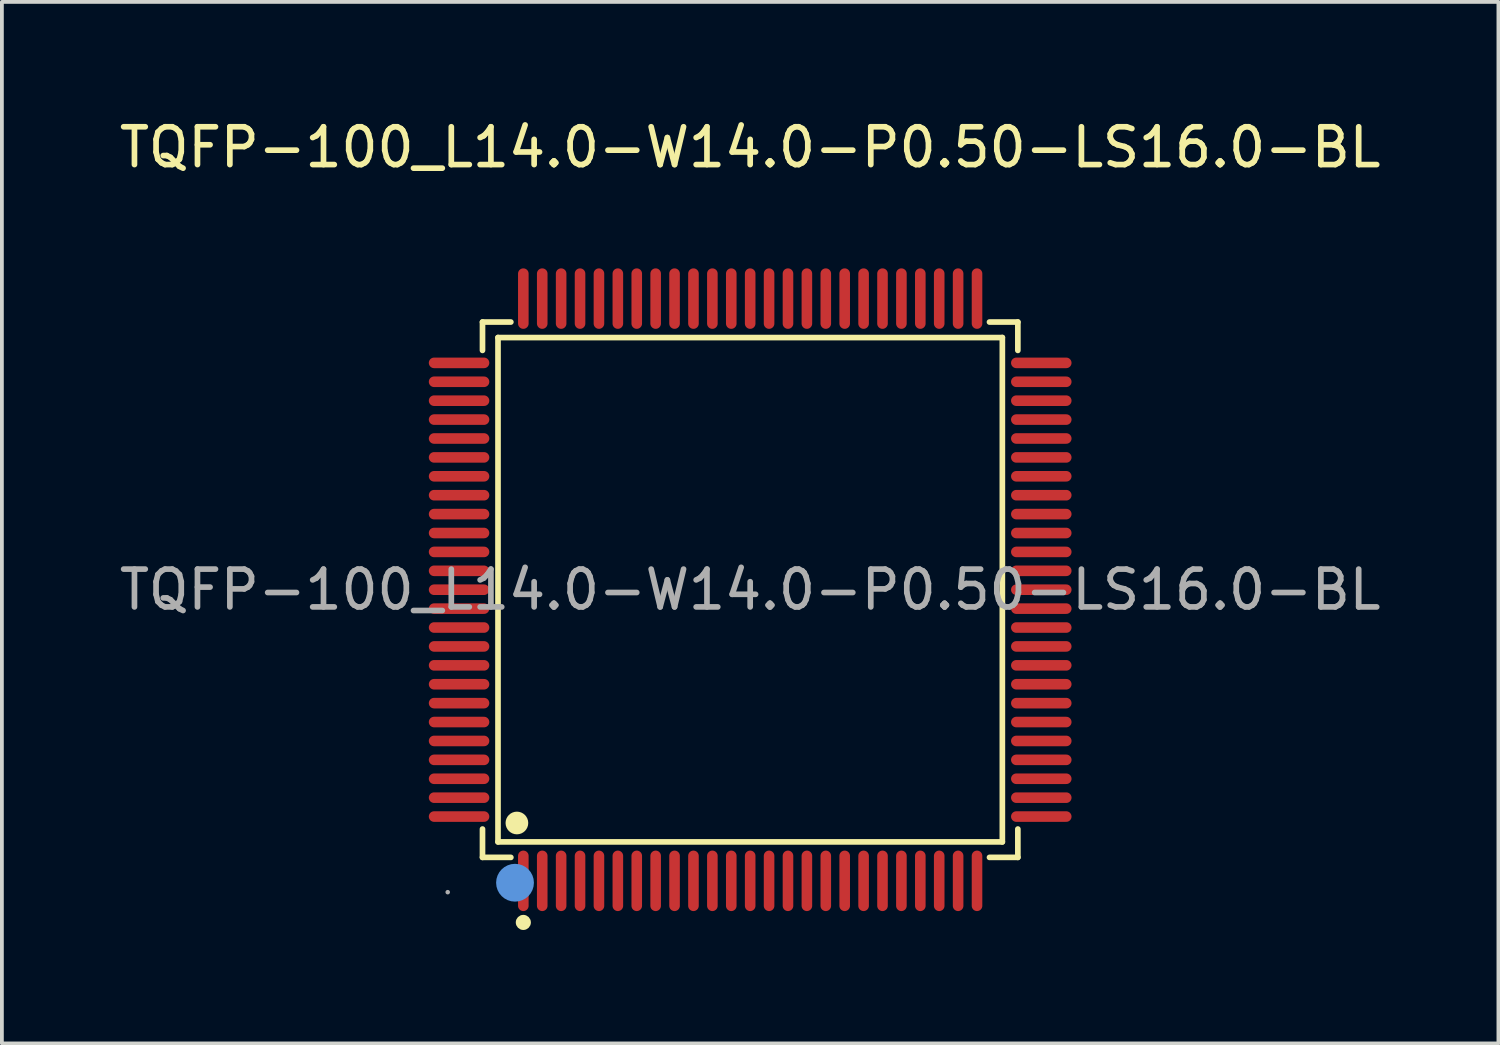
<source format=kicad_pcb>
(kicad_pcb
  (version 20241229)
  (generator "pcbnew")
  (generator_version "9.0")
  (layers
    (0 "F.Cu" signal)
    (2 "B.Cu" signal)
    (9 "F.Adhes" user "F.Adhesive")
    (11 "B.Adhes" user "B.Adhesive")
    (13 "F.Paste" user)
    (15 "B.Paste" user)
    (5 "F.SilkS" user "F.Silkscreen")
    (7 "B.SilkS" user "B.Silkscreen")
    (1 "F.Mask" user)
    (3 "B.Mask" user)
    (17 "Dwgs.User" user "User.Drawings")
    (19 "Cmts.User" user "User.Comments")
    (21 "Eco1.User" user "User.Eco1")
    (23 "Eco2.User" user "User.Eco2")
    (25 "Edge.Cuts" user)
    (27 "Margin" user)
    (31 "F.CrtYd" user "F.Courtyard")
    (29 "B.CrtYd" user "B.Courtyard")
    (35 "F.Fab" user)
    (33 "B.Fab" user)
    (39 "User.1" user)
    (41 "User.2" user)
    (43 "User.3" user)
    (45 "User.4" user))
  (footprint "TQFP-100_L14.0-W14.0-P0.50-LS16.0-BL"
    (layer "F.Cu")
    (at 16.792 12.548)
    (property "Reference" "TQFP-100_L14.0-W14.0-P0.50-LS16.0-BL" (at 0 -11.7 0) (layer "F.SilkS") (effects (font (size 1 1) (thickness 0.15))))
    (attr through_hole)
    (fp_line (start -7.08 -7.08) (end -6.33 -7.08) (stroke (width 0.15) (type solid)) (layer "F.SilkS"))
    (fp_line (start -7.08 -6.33) (end -7.08 -7.08) (stroke (width 0.15) (type solid)) (layer "F.SilkS"))
    (fp_line (start -7.08 6.33) (end -7.08 7.08) (stroke (width 0.15) (type solid)) (layer "F.SilkS"))
    (fp_line (start -7.08 7.08) (end -6.33 7.08) (stroke (width 0.15) (type solid)) (layer "F.SilkS"))
    (fp_line (start -6.67 -6.67) (end 6.67 -6.67) (stroke (width 0.15) (type solid)) (layer "F.SilkS"))
    (fp_line (start -6.67 6.67) (end -6.67 -6.67) (stroke (width 0.15) (type solid)) (layer "F.SilkS"))
    (fp_line (start 6.67 -6.67) (end 6.67 6.67) (stroke (width 0.15) (type solid)) (layer "F.SilkS"))
    (fp_line (start 6.67 6.67) (end -6.67 6.67) (stroke (width 0.15) (type solid)) (layer "F.SilkS"))
    (fp_line (start 7.08 -7.08) (end 6.33 -7.08) (stroke (width 0.15) (type solid)) (layer "F.SilkS"))
    (fp_line (start 7.08 -6.33) (end 7.08 -7.08) (stroke (width 0.15) (type solid)) (layer "F.SilkS"))
    (fp_line (start 7.08 6.33) (end 7.08 7.08) (stroke (width 0.15) (type solid)) (layer "F.SilkS"))
    (fp_line (start 7.08 7.08) (end 6.33 7.08) (stroke (width 0.15) (type solid)) (layer "F.SilkS"))
    (fp_circle (center -6.17 6.17) (end -6.02 6.17) (stroke (width 0.3) (type solid)) (fill no) (layer "F.SilkS"))
    (fp_circle (center -6 8.8) (end -5.9 8.8) (stroke (width 0.2) (type solid)) (fill no) (layer "F.SilkS"))
    (fp_circle (center -6.22 7.75) (end -5.97 7.75) (stroke (width 0.5) (type solid)) (fill no) (layer "Cmts.User"))
    (fp_circle (center -8 8) (end -7.97 8) (stroke (width 0.06) (type solid)) (fill no) (layer "F.Fab"))
    (fp_text user "${REFERENCE}" (at 0 0 0) (layer "F.Fab") (effects (font (size 1 1) (thickness 0.15))))
    (pad "1" smd oval (at -6 7.7) (size 0.28 1.6) (layers "F.Cu" "F.Mask" "F.Paste"))
    (pad "2" smd oval (at -5.5 7.7) (size 0.28 1.6) (layers "F.Cu" "F.Mask" "F.Paste"))
    (pad "3" smd oval (at -5 7.7) (size 0.28 1.6) (layers "F.Cu" "F.Mask" "F.Paste"))
    (pad "4" smd oval (at -4.5 7.7) (size 0.28 1.6) (layers "F.Cu" "F.Mask" "F.Paste"))
    (pad "5" smd oval (at -4 7.7) (size 0.28 1.6) (layers "F.Cu" "F.Mask" "F.Paste"))
    (pad "6" smd oval (at -3.5 7.7) (size 0.28 1.6) (layers "F.Cu" "F.Mask" "F.Paste"))
    (pad "7" smd oval (at -3 7.7) (size 0.28 1.6) (layers "F.Cu" "F.Mask" "F.Paste"))
    (pad "8" smd oval (at -2.5 7.7) (size 0.28 1.6) (layers "F.Cu" "F.Mask" "F.Paste"))
    (pad "9" smd oval (at -2 7.7) (size 0.28 1.6) (layers "F.Cu" "F.Mask" "F.Paste"))
    (pad "10" smd oval (at -1.5 7.7) (size 0.28 1.6) (layers "F.Cu" "F.Mask" "F.Paste"))
    (pad "11" smd oval (at -1 7.7) (size 0.28 1.6) (layers "F.Cu" "F.Mask" "F.Paste"))
    (pad "12" smd oval (at -0.5 7.7) (size 0.28 1.6) (layers "F.Cu" "F.Mask" "F.Paste"))
    (pad "13" smd oval (at 0 7.7) (size 0.28 1.6) (layers "F.Cu" "F.Mask" "F.Paste"))
    (pad "14" smd oval (at 0.5 7.7) (size 0.28 1.6) (layers "F.Cu" "F.Mask" "F.Paste"))
    (pad "15" smd oval (at 1 7.7) (size 0.28 1.6) (layers "F.Cu" "F.Mask" "F.Paste"))
    (pad "16" smd oval (at 1.5 7.7) (size 0.28 1.6) (layers "F.Cu" "F.Mask" "F.Paste"))
    (pad "17" smd oval (at 2 7.7) (size 0.28 1.6) (layers "F.Cu" "F.Mask" "F.Paste"))
    (pad "18" smd oval (at 2.5 7.7) (size 0.28 1.6) (layers "F.Cu" "F.Mask" "F.Paste"))
    (pad "19" smd oval (at 3 7.7) (size 0.28 1.6) (layers "F.Cu" "F.Mask" "F.Paste"))
    (pad "20" smd oval (at 3.5 7.7) (size 0.28 1.6) (layers "F.Cu" "F.Mask" "F.Paste"))
    (pad "21" smd oval (at 4 7.7) (size 0.28 1.6) (layers "F.Cu" "F.Mask" "F.Paste"))
    (pad "22" smd oval (at 4.5 7.7) (size 0.28 1.6) (layers "F.Cu" "F.Mask" "F.Paste"))
    (pad "23" smd oval (at 5 7.7) (size 0.28 1.6) (layers "F.Cu" "F.Mask" "F.Paste"))
    (pad "24" smd oval (at 5.5 7.7) (size 0.28 1.6) (layers "F.Cu" "F.Mask" "F.Paste"))
    (pad "25" smd oval (at 6 7.7) (size 0.28 1.6) (layers "F.Cu" "F.Mask" "F.Paste"))
    (pad "26" smd oval (at 7.7 6) (size 1.6 0.28) (layers "F.Cu" "F.Mask" "F.Paste"))
    (pad "27" smd oval (at 7.7 5.5) (size 1.6 0.28) (layers "F.Cu" "F.Mask" "F.Paste"))
    (pad "28" smd oval (at 7.7 5) (size 1.6 0.28) (layers "F.Cu" "F.Mask" "F.Paste"))
    (pad "29" smd oval (at 7.7 4.5) (size 1.6 0.28) (layers "F.Cu" "F.Mask" "F.Paste"))
    (pad "30" smd oval (at 7.7 4) (size 1.6 0.28) (layers "F.Cu" "F.Mask" "F.Paste"))
    (pad "31" smd oval (at 7.7 3.5) (size 1.6 0.28) (layers "F.Cu" "F.Mask" "F.Paste"))
    (pad "32" smd oval (at 7.7 3) (size 1.6 0.28) (layers "F.Cu" "F.Mask" "F.Paste"))
    (pad "33" smd oval (at 7.7 2.5) (size 1.6 0.28) (layers "F.Cu" "F.Mask" "F.Paste"))
    (pad "34" smd oval (at 7.7 2) (size 1.6 0.28) (layers "F.Cu" "F.Mask" "F.Paste"))
    (pad "35" smd oval (at 7.7 1.5) (size 1.6 0.28) (layers "F.Cu" "F.Mask" "F.Paste"))
    (pad "36" smd oval (at 7.7 1) (size 1.6 0.28) (layers "F.Cu" "F.Mask" "F.Paste"))
    (pad "37" smd oval (at 7.7 0.5) (size 1.6 0.28) (layers "F.Cu" "F.Mask" "F.Paste"))
    (pad "38" smd oval (at 7.7 0) (size 1.6 0.28) (layers "F.Cu" "F.Mask" "F.Paste"))
    (pad "39" smd oval (at 7.7 -0.5) (size 1.6 0.28) (layers "F.Cu" "F.Mask" "F.Paste"))
    (pad "40" smd oval (at 7.7 -1) (size 1.6 0.28) (layers "F.Cu" "F.Mask" "F.Paste"))
    (pad "41" smd oval (at 7.7 -1.5) (size 1.6 0.28) (layers "F.Cu" "F.Mask" "F.Paste"))
    (pad "42" smd oval (at 7.7 -2) (size 1.6 0.28) (layers "F.Cu" "F.Mask" "F.Paste"))
    (pad "43" smd oval (at 7.7 -2.5) (size 1.6 0.28) (layers "F.Cu" "F.Mask" "F.Paste"))
    (pad "44" smd oval (at 7.7 -3) (size 1.6 0.28) (layers "F.Cu" "F.Mask" "F.Paste"))
    (pad "45" smd oval (at 7.7 -3.5) (size 1.6 0.28) (layers "F.Cu" "F.Mask" "F.Paste"))
    (pad "46" smd oval (at 7.7 -4) (size 1.6 0.28) (layers "F.Cu" "F.Mask" "F.Paste"))
    (pad "47" smd oval (at 7.7 -4.5) (size 1.6 0.28) (layers "F.Cu" "F.Mask" "F.Paste"))
    (pad "48" smd oval (at 7.7 -5) (size 1.6 0.28) (layers "F.Cu" "F.Mask" "F.Paste"))
    (pad "49" smd oval (at 7.7 -5.5) (size 1.6 0.28) (layers "F.Cu" "F.Mask" "F.Paste"))
    (pad "50" smd oval (at 7.7 -6) (size 1.6 0.28) (layers "F.Cu" "F.Mask" "F.Paste"))
    (pad "51" smd oval (at 6 -7.7) (size 0.28 1.6) (layers "F.Cu" "F.Mask" "F.Paste"))
    (pad "52" smd oval (at 5.5 -7.7) (size 0.28 1.6) (layers "F.Cu" "F.Mask" "F.Paste"))
    (pad "53" smd oval (at 5 -7.7) (size 0.28 1.6) (layers "F.Cu" "F.Mask" "F.Paste"))
    (pad "54" smd oval (at 4.5 -7.7) (size 0.28 1.6) (layers "F.Cu" "F.Mask" "F.Paste"))
    (pad "55" smd oval (at 4 -7.7) (size 0.28 1.6) (layers "F.Cu" "F.Mask" "F.Paste"))
    (pad "56" smd oval (at 3.5 -7.7) (size 0.28 1.6) (layers "F.Cu" "F.Mask" "F.Paste"))
    (pad "57" smd oval (at 3 -7.7) (size 0.28 1.6) (layers "F.Cu" "F.Mask" "F.Paste"))
    (pad "58" smd oval (at 2.5 -7.7) (size 0.28 1.6) (layers "F.Cu" "F.Mask" "F.Paste"))
    (pad "59" smd oval (at 2 -7.7) (size 0.28 1.6) (layers "F.Cu" "F.Mask" "F.Paste"))
    (pad "60" smd oval (at 1.5 -7.7) (size 0.28 1.6) (layers "F.Cu" "F.Mask" "F.Paste"))
    (pad "61" smd oval (at 1 -7.7) (size 0.28 1.6) (layers "F.Cu" "F.Mask" "F.Paste"))
    (pad "62" smd oval (at 0.5 -7.7) (size 0.28 1.6) (layers "F.Cu" "F.Mask" "F.Paste"))
    (pad "63" smd oval (at 0 -7.7) (size 0.28 1.6) (layers "F.Cu" "F.Mask" "F.Paste"))
    (pad "64" smd oval (at -0.5 -7.7) (size 0.28 1.6) (layers "F.Cu" "F.Mask" "F.Paste"))
    (pad "65" smd oval (at -1 -7.7) (size 0.28 1.6) (layers "F.Cu" "F.Mask" "F.Paste"))
    (pad "66" smd oval (at -1.5 -7.7) (size 0.28 1.6) (layers "F.Cu" "F.Mask" "F.Paste"))
    (pad "67" smd oval (at -2 -7.7) (size 0.28 1.6) (layers "F.Cu" "F.Mask" "F.Paste"))
    (pad "68" smd oval (at -2.5 -7.7) (size 0.28 1.6) (layers "F.Cu" "F.Mask" "F.Paste"))
    (pad "69" smd oval (at -3 -7.7) (size 0.28 1.6) (layers "F.Cu" "F.Mask" "F.Paste"))
    (pad "70" smd oval (at -3.5 -7.7) (size 0.28 1.6) (layers "F.Cu" "F.Mask" "F.Paste"))
    (pad "71" smd oval (at -4 -7.7) (size 0.28 1.6) (layers "F.Cu" "F.Mask" "F.Paste"))
    (pad "72" smd oval (at -4.5 -7.7) (size 0.28 1.6) (layers "F.Cu" "F.Mask" "F.Paste"))
    (pad "73" smd oval (at -5 -7.7) (size 0.28 1.6) (layers "F.Cu" "F.Mask" "F.Paste"))
    (pad "74" smd oval (at -5.5 -7.7) (size 0.28 1.6) (layers "F.Cu" "F.Mask" "F.Paste"))
    (pad "75" smd oval (at -6 -7.7) (size 0.28 1.6) (layers "F.Cu" "F.Mask" "F.Paste"))
    (pad "76" smd oval (at -7.7 -6) (size 1.6 0.28) (layers "F.Cu" "F.Mask" "F.Paste"))
    (pad "77" smd oval (at -7.7 -5.5) (size 1.6 0.28) (layers "F.Cu" "F.Mask" "F.Paste"))
    (pad "78" smd oval (at -7.7 -5) (size 1.6 0.28) (layers "F.Cu" "F.Mask" "F.Paste"))
    (pad "79" smd oval (at -7.7 -4.5) (size 1.6 0.28) (layers "F.Cu" "F.Mask" "F.Paste"))
    (pad "80" smd oval (at -7.7 -4) (size 1.6 0.28) (layers "F.Cu" "F.Mask" "F.Paste"))
    (pad "81" smd oval (at -7.7 -3.5) (size 1.6 0.28) (layers "F.Cu" "F.Mask" "F.Paste"))
    (pad "82" smd oval (at -7.7 -3) (size 1.6 0.28) (layers "F.Cu" "F.Mask" "F.Paste"))
    (pad "83" smd oval (at -7.7 -2.5) (size 1.6 0.28) (layers "F.Cu" "F.Mask" "F.Paste"))
    (pad "84" smd oval (at -7.7 -2) (size 1.6 0.28) (layers "F.Cu" "F.Mask" "F.Paste"))
    (pad "85" smd oval (at -7.7 -1.5) (size 1.6 0.28) (layers "F.Cu" "F.Mask" "F.Paste"))
    (pad "86" smd oval (at -7.7 -1) (size 1.6 0.28) (layers "F.Cu" "F.Mask" "F.Paste"))
    (pad "87" smd oval (at -7.7 -0.5) (size 1.6 0.28) (layers "F.Cu" "F.Mask" "F.Paste"))
    (pad "88" smd oval (at -7.7 0) (size 1.6 0.28) (layers "F.Cu" "F.Mask" "F.Paste"))
    (pad "89" smd oval (at -7.7 0.5) (size 1.6 0.28) (layers "F.Cu" "F.Mask" "F.Paste"))
    (pad "90" smd oval (at -7.7 1) (size 1.6 0.28) (layers "F.Cu" "F.Mask" "F.Paste"))
    (pad "91" smd oval (at -7.7 1.5) (size 1.6 0.28) (layers "F.Cu" "F.Mask" "F.Paste"))
    (pad "92" smd oval (at -7.7 2) (size 1.6 0.28) (layers "F.Cu" "F.Mask" "F.Paste"))
    (pad "93" smd oval (at -7.7 2.5) (size 1.6 0.28) (layers "F.Cu" "F.Mask" "F.Paste"))
    (pad "94" smd oval (at -7.7 3) (size 1.6 0.28) (layers "F.Cu" "F.Mask" "F.Paste"))
    (pad "95" smd oval (at -7.7 3.5) (size 1.6 0.28) (layers "F.Cu" "F.Mask" "F.Paste"))
    (pad "96" smd oval (at -7.7 4) (size 1.6 0.28) (layers "F.Cu" "F.Mask" "F.Paste"))
    (pad "97" smd oval (at -7.7 4.5) (size 1.6 0.28) (layers "F.Cu" "F.Mask" "F.Paste"))
    (pad "98" smd oval (at -7.7 5) (size 1.6 0.28) (layers "F.Cu" "F.Mask" "F.Paste"))
    (pad "99" smd oval (at -7.7 5.5) (size 1.6 0.28) (layers "F.Cu" "F.Mask" "F.Paste"))
    (pad "100" smd oval (at -7.7 6) (size 1.6 0.28) (layers "F.Cu" "F.Mask" "F.Paste")))
  (gr_rect
    (start -3 -3)
    (end 36.583 24.548)
    (stroke (width 0.1) (type default))
    (fill no)
    (layer "Edge.Cuts")))
</source>
